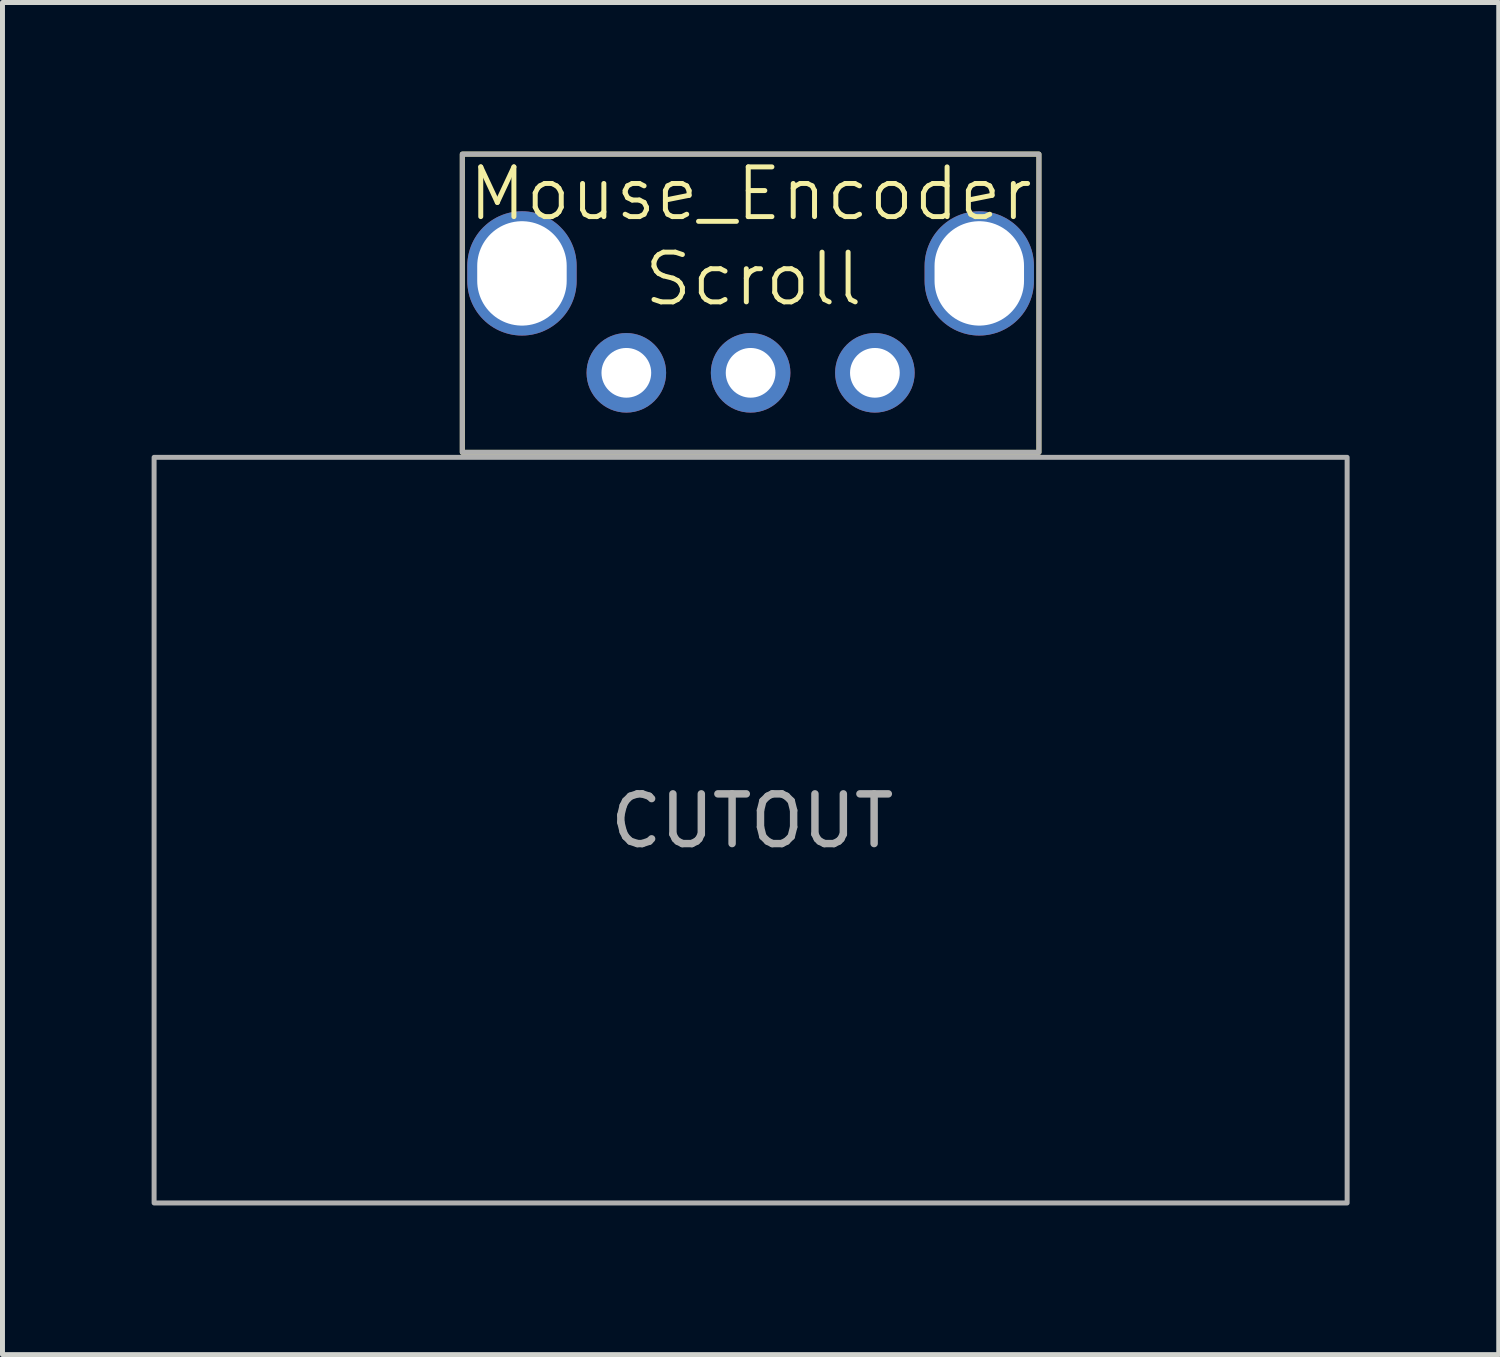
<source format=kicad_pcb>
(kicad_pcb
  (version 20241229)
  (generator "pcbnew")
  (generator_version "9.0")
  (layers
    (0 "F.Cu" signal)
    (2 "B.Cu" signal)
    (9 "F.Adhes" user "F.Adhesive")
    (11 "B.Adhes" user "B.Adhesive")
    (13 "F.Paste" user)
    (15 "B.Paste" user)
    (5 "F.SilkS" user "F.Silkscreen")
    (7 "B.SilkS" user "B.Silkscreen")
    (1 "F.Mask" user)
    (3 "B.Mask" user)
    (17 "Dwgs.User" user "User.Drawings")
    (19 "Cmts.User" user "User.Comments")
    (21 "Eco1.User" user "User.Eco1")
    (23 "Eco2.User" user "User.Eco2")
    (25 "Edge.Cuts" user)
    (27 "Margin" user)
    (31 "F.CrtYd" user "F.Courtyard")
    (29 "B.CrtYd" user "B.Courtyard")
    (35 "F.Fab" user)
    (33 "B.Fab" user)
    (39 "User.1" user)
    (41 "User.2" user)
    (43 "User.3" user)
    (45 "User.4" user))
  (footprint "Mouse_Encoder"
    (layer "F.Cu")
    (at 12.05 4.45)
    (property "Reference" "Mouse_Encoder" (at 0 -3.6 0) (unlocked yes) (layer "F.SilkS") (effects (font (size 1 1) (thickness 0.1))))
    (attr through_hole)
    (fp_rect (start -5.8 -4.4) (end 5.8 1.6) (stroke (width 0.1) (type default)) (fill no) (layer "F.SilkS"))
    (fp_rect (start -5.8 -4.4) (end 5.8 1.6) (stroke (width 0.1) (type default)) (fill no) (layer "F.Fab"))
    (fp_rect (start 12 1.7) (end -12 16.7) (stroke (width 0.1) (type default)) (fill no) (layer "F.Fab"))
    (fp_text user "Scroll" (at -2.2 -1.3 0) (unlocked yes) (layer "F.SilkS") (effects (font (size 1 1) (thickness 0.1)) (justify left bottom)))
    (fp_text user "CUTOUT" (at -2.9 9.6 0) (unlocked yes) (layer "F.Fab") (effects (font (size 1 1) (thickness 0.15)) (justify left bottom)))
    (pad "A" thru_hole circle (at -2.5 0) (size 1.6 1.6) (drill 1) (layers "*.Cu" "*.Mask"))
    (pad "B" thru_hole circle (at 0 0) (size 1.6 1.6) (drill 1) (layers "*.Cu" "*.Mask"))
    (pad "C" thru_hole circle (at 2.5 0) (size 1.6 1.6) (drill 1) (layers "*.Cu" "*.Mask"))
    (pad "GND" thru_hole oval (at -4.6 -2) (size 2.2 2.5) (drill oval 1.8 2.1) (layers "*.Cu" "*.Mask"))
    (pad "GND" thru_hole oval (at 4.6 -2) (size 2.2 2.5) (drill oval 1.8 2.1) (layers "*.Cu" "*.Mask")))
  (gr_rect
    (start -3 -3)
    (end 27.1 24.2)
    (stroke (width 0.1) (type default))
    (fill no)
    (layer "Edge.Cuts")))
</source>
